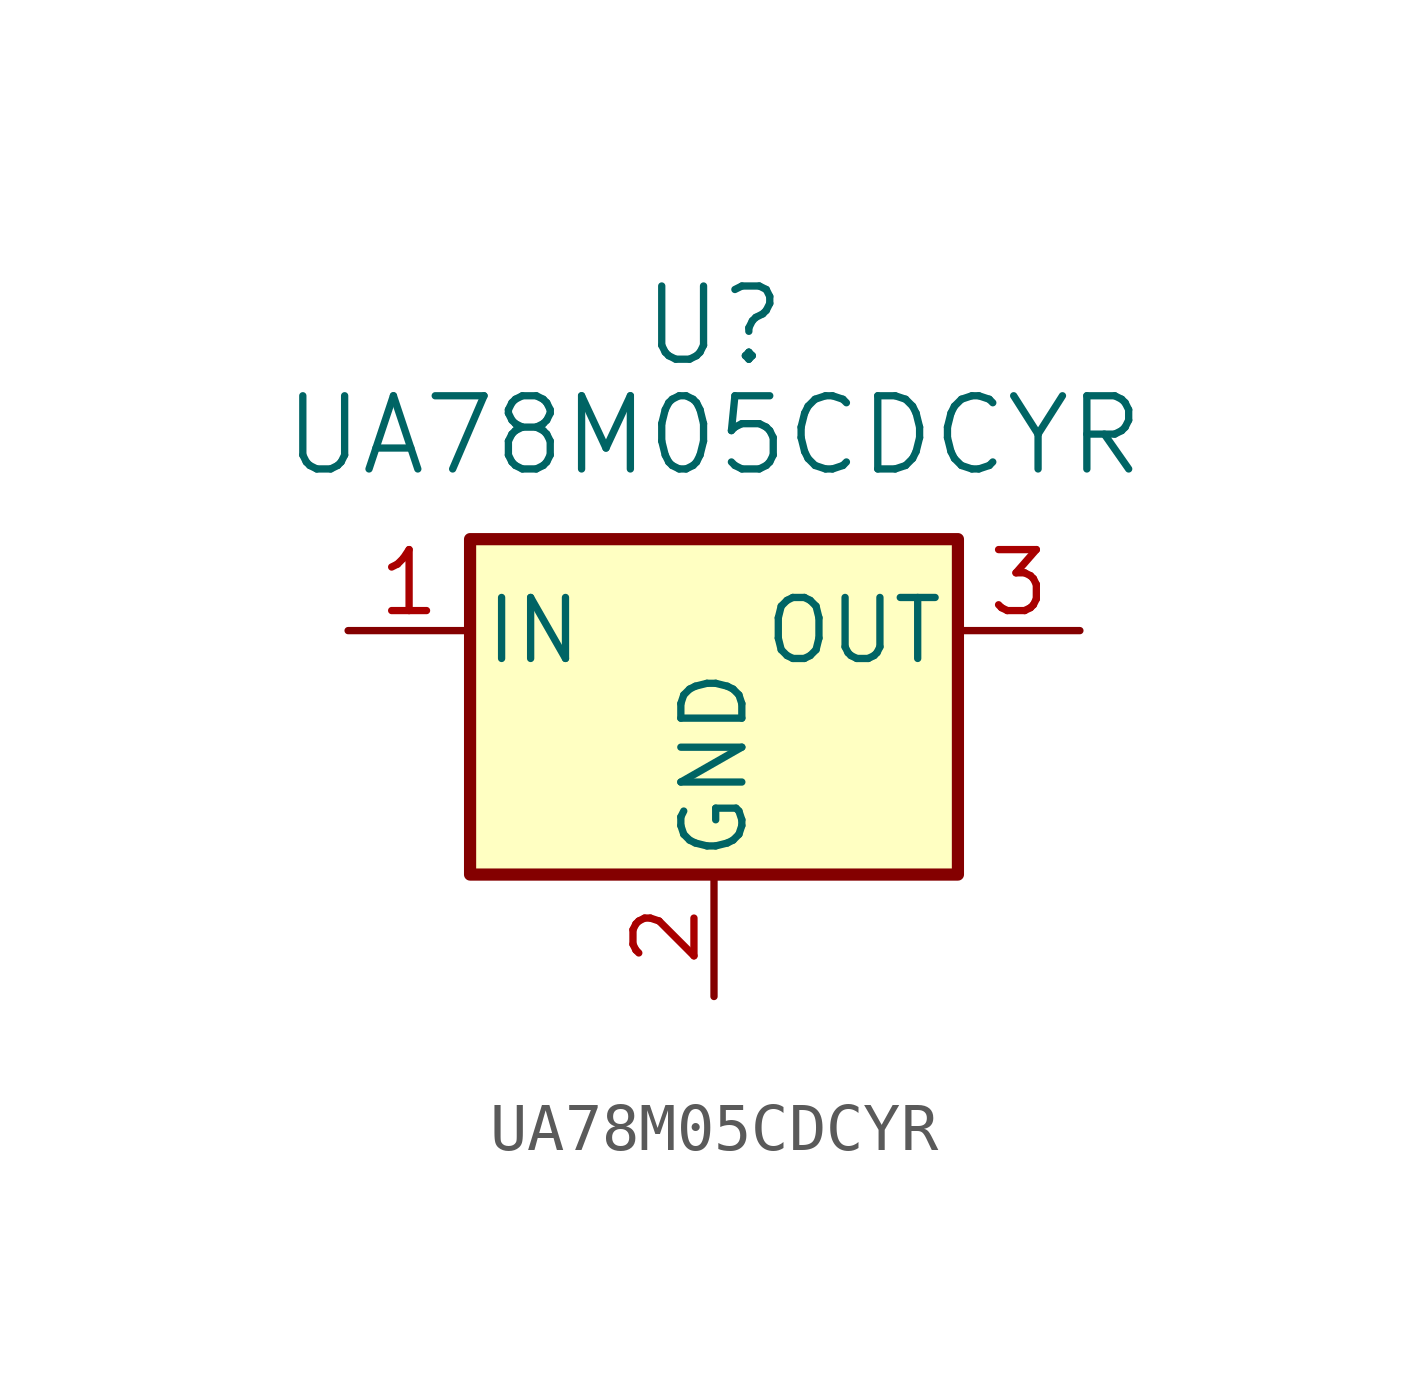
<source format=kicad_sym>
(kicad_symbol_lib
  (version 20231120)
  (generator "kicad_symbol_editor")
  (generator_version "8.0")
  (symbol "UA78M05CDCYR"
    (pin_names
      (offset 0.254))
    (property "Reference" "U"
      (at 0 8.89 0)
      (effects (font (size 1.524 1.524))))
    (property "Value" "UA78M05CDCYR"
      (at 0 6.604 0)
      (effects (font (size 1.524 1.524))))
    (property "ki_locked" ""
      (at 0 0 0)
      (effects (font (size 1.27 1.27))))
    (symbol "UA78M05CDCYR_0_1"
      (rectangle (start -5.08 4.445) (end 5.08 -2.54) (stroke (width 0.254) (type default)) (fill (type background))))
    (symbol "UA78M05CDCYR_1_1"
      (pin power_in line (at -7.62 2.54 0) (length 2.54) (name "IN" (effects (font (size 1.27 1.27)))) (number "1" (effects (font (size 1.27 1.27)))))
      (pin power_in line (at 0 -5.08 90) (length 2.54) (name "GND" (effects (font (size 1.27 1.27)))) (number "2" (effects (font (size 1.27 1.27)))))
      (pin power_out line (at 7.62 2.54 180) (length 2.54) (name "OUT" (effects (font (size 1.27 1.27)))) (number "3" (effects (font (size 1.27 1.27))))))))
</source>
